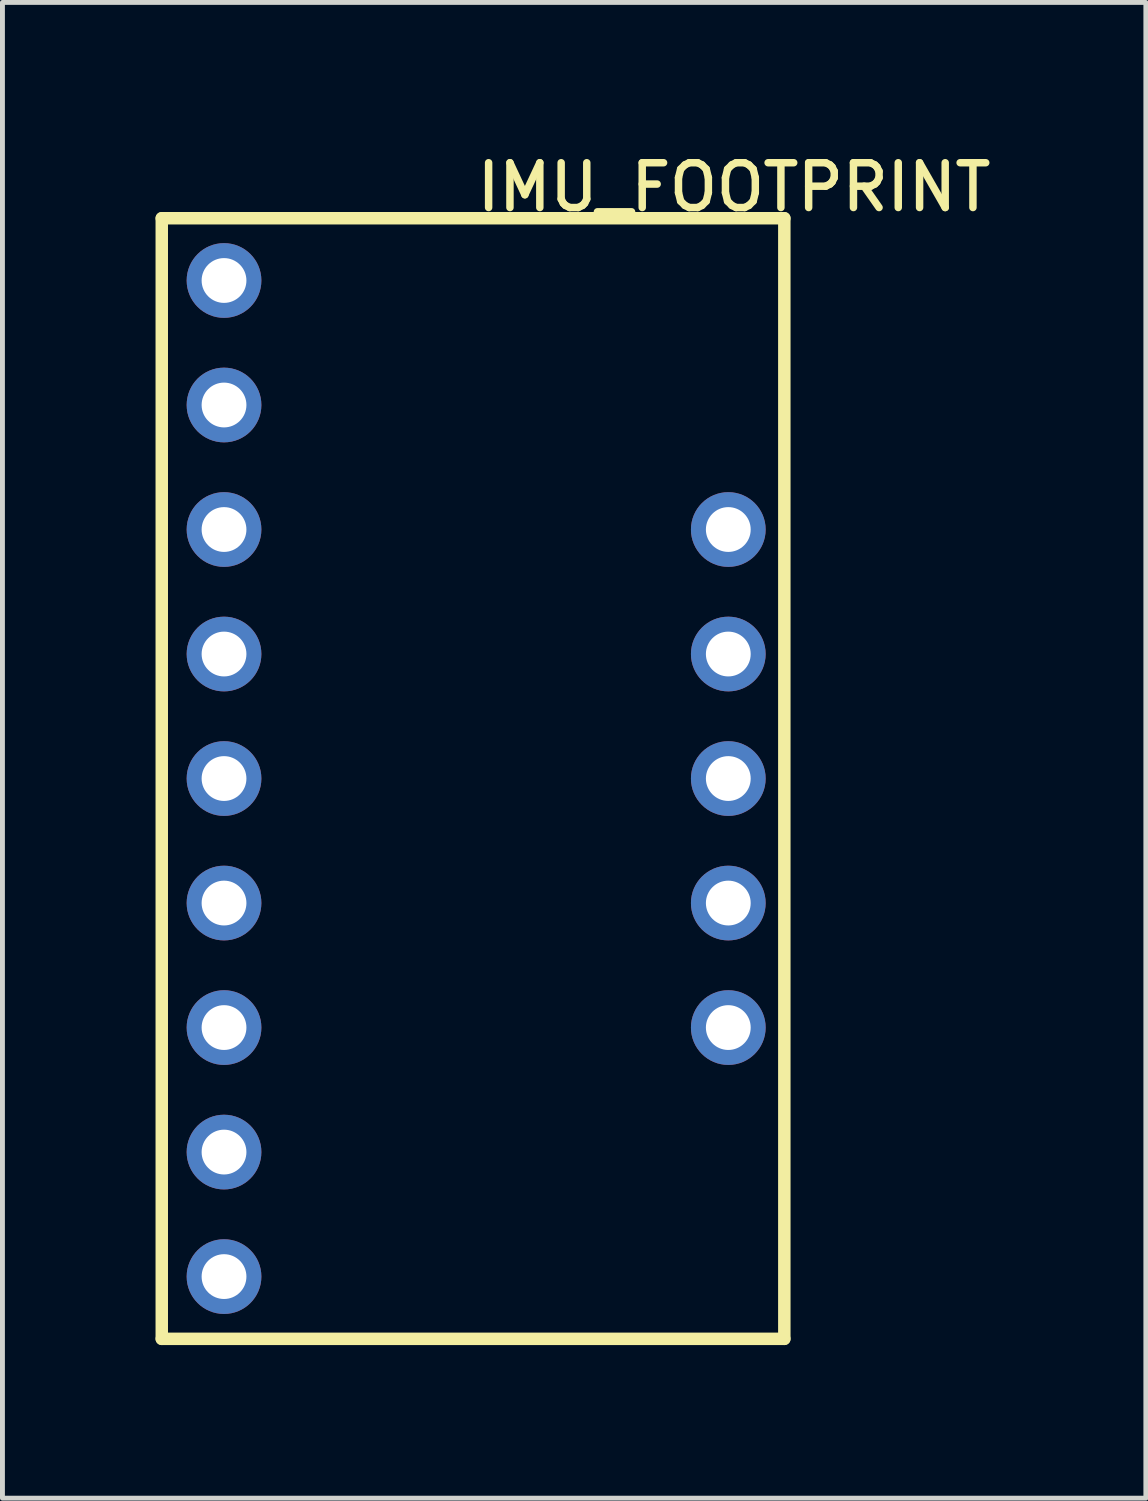
<source format=kicad_pcb>
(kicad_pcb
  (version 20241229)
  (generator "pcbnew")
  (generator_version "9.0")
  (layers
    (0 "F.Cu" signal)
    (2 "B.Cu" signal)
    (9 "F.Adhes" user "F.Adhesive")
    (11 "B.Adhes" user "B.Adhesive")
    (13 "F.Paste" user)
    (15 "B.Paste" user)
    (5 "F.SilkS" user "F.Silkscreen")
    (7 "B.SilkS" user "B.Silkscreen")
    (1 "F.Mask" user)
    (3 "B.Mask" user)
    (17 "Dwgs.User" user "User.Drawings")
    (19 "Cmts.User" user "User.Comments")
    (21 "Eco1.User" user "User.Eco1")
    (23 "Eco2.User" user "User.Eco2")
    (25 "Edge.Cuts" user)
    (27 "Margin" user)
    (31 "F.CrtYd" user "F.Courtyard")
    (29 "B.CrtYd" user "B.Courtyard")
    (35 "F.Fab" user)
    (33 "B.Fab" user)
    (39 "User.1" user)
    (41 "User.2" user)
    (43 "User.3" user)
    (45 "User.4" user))
  (footprint "IMU_FOOTPRINT"
    (layer "F.Cu")
    (at 0.25 24.262)
    (property "Reference" "IMU_FOOTPRINT" (at 6.35 -24.028 0) (layer "F.SilkS") (effects (font (size 0.914 0.914) (thickness 0.152)) (justify left top)))
    (fp_line (start 0 -22.86) (end 12.7 -22.86) (stroke (width 0.254) (type default)) (layer "F.SilkS"))
    (fp_line (start 0 0) (end 0 -22.86) (stroke (width 0.254) (type default)) (layer "F.SilkS"))
    (fp_line (start 12.7 -22.86) (end 12.7 0) (stroke (width 0.254) (type default)) (layer "F.SilkS"))
    (fp_line (start 12.7 0) (end 0 0) (stroke (width 0.254) (type default)) (layer "F.SilkS"))
    (pad "1" thru_hole oval (at 1.27 -21.59 90) (size 1.524 1.524) (drill 0.914) (layers "*.Cu" "*.Mask"))
    (pad "2" thru_hole oval (at 1.27 -19.05 90) (size 1.524 1.524) (drill 0.914) (layers "*.Cu" "*.Mask"))
    (pad "3" thru_hole oval (at 1.27 -16.51 90) (size 1.524 1.524) (drill 0.914) (layers "*.Cu" "*.Mask"))
    (pad "4" thru_hole oval (at 1.27 -13.97 90) (size 1.524 1.524) (drill 0.914) (layers "*.Cu" "*.Mask"))
    (pad "5" thru_hole oval (at 1.27 -11.43 90) (size 1.524 1.524) (drill 0.914) (layers "*.Cu" "*.Mask"))
    (pad "6" thru_hole oval (at 1.27 -8.89 90) (size 1.524 1.524) (drill 0.914) (layers "*.Cu" "*.Mask"))
    (pad "7" thru_hole oval (at 1.27 -6.35) (size 1.524 1.524) (drill 0.914) (layers "*.Cu" "*.Mask"))
    (pad "8" thru_hole oval (at 1.27 -3.81) (size 1.524 1.524) (drill 0.914) (layers "*.Cu" "*.Mask"))
    (pad "9" thru_hole oval (at 1.27 -1.27) (size 1.524 1.524) (drill 0.914) (layers "*.Cu" "*.Mask"))
    (pad "10" thru_hole oval (at 11.557 -16.51 90) (size 1.524 1.524) (drill 0.914) (layers "*.Cu" "*.Mask"))
    (pad "11" thru_hole oval (at 11.557 -13.97 90) (size 1.524 1.524) (drill 0.914) (layers "*.Cu" "*.Mask"))
    (pad "12" thru_hole oval (at 11.557 -11.43 90) (size 1.524 1.524) (drill 0.914) (layers "*.Cu" "*.Mask"))
    (pad "13" thru_hole oval (at 11.557 -8.89 90) (size 1.524 1.524) (drill 0.914) (layers "*.Cu" "*.Mask"))
    (pad "14" thru_hole oval (at 11.557 -6.35 90) (size 1.524 1.524) (drill 0.914) (layers "*.Cu" "*.Mask")))
  (gr_rect
    (start -3 -3)
    (end 20.325 27.512)
    (stroke (width 0.1) (type default))
    (fill no)
    (layer "Edge.Cuts")))
</source>
